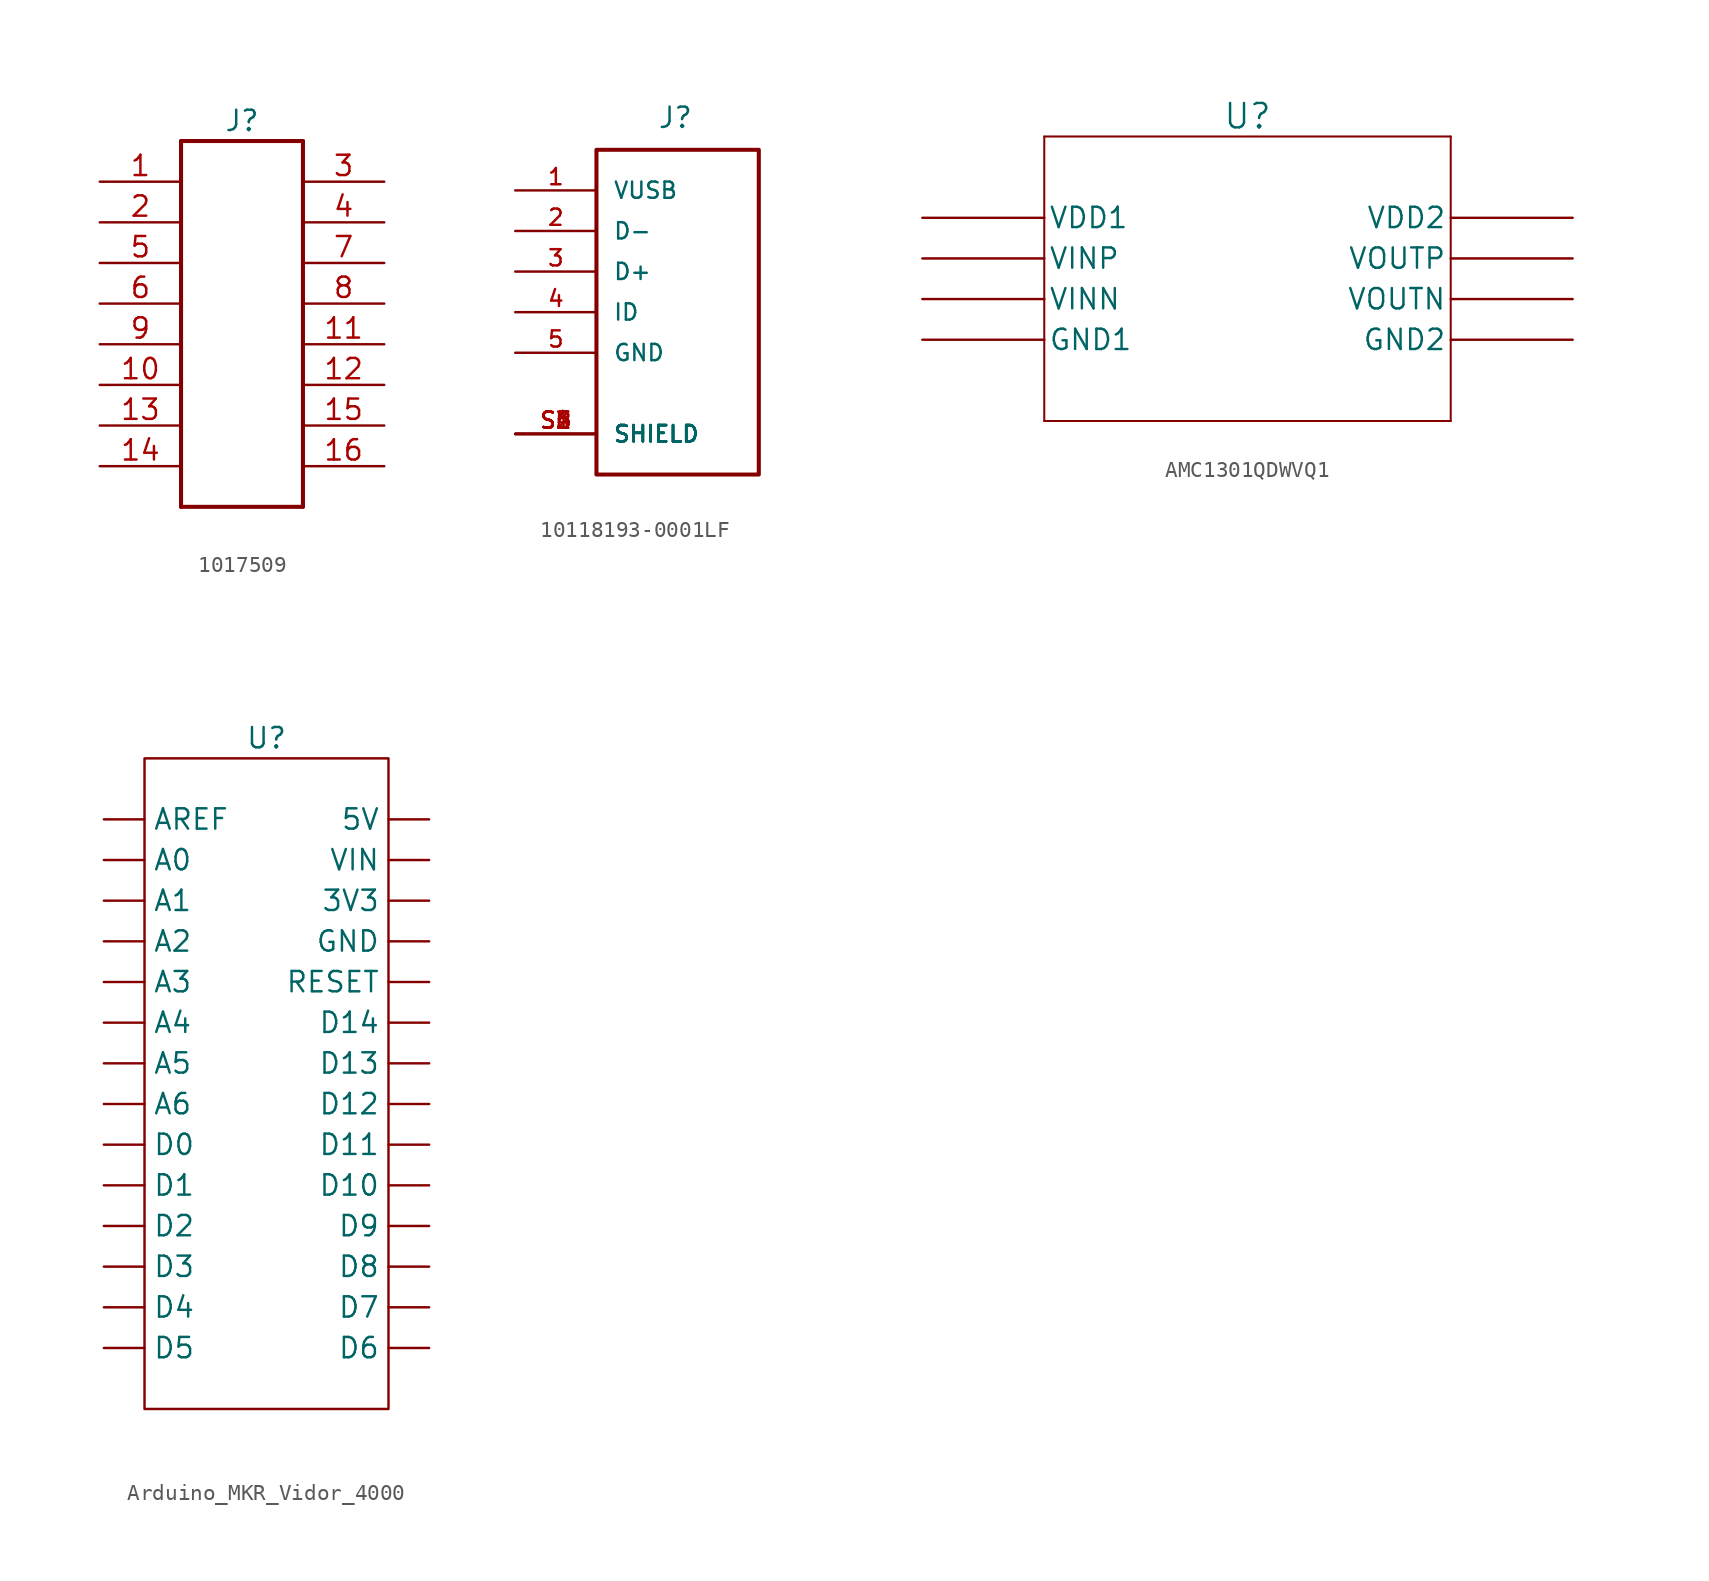
<source format=kicad_sym>
(kicad_symbol_lib
  (version 20220914)
  (generator kicad_symbol_editor)
  (symbol "1017509"
    (pin_names hide)
    (property "Reference" "J"
      (at 0 5.08 0)
      (effects (font (size 1.27 1.27))))
    (symbol "1017509_1_0"
      (polyline (pts (xy -3.81 -19.05) (xy -3.81 3.81)) (stroke (width 0.254) (type solid)) (fill (type none)))
      (polyline (pts (xy -3.81 3.81) (xy 3.81 3.81)) (stroke (width 0.254) (type solid)) (fill (type none)))
      (polyline (pts (xy 3.81 -19.05) (xy -3.81 -19.05)) (stroke (width 0.254) (type solid)) (fill (type none)))
      (polyline (pts (xy 3.81 3.81) (xy 3.81 -19.05)) (stroke (width 0.254) (type solid)) (fill (type none)))
      (pin bidirectional line (at -8.89 1.27 0) (length 5.08) (name "1" (effects (font (size 1.27 1.27)))) (number "1" (effects (font (size 1.27 1.27)))))
      (pin bidirectional line (at -8.89 -11.43 0) (length 5.08) (name "10" (effects (font (size 1.27 1.27)))) (number "10" (effects (font (size 1.27 1.27)))))
      (pin bidirectional line (at 8.89 -8.89 180) (length 5.08) (name "11" (effects (font (size 1.27 1.27)))) (number "11" (effects (font (size 1.27 1.27)))))
      (pin bidirectional line (at 8.89 -11.43 180) (length 5.08) (name "12" (effects (font (size 1.27 1.27)))) (number "12" (effects (font (size 1.27 1.27)))))
      (pin bidirectional line (at -8.89 -13.97 0) (length 5.08) (name "13" (effects (font (size 1.27 1.27)))) (number "13" (effects (font (size 1.27 1.27)))))
      (pin bidirectional line (at -8.89 -16.51 0) (length 5.08) (name "14" (effects (font (size 1.27 1.27)))) (number "14" (effects (font (size 1.27 1.27)))))
      (pin bidirectional line (at 8.89 -13.97 180) (length 5.08) (name "15" (effects (font (size 1.27 1.27)))) (number "15" (effects (font (size 1.27 1.27)))))
      (pin bidirectional line (at 8.89 -16.51 180) (length 5.08) (name "16" (effects (font (size 1.27 1.27)))) (number "16" (effects (font (size 1.27 1.27)))))
      (pin bidirectional line (at -8.89 -1.27 0) (length 5.08) (name "2" (effects (font (size 1.27 1.27)))) (number "2" (effects (font (size 1.27 1.27)))))
      (pin bidirectional line (at 8.89 1.27 180) (length 5.08) (name "3" (effects (font (size 1.27 1.27)))) (number "3" (effects (font (size 1.27 1.27)))))
      (pin bidirectional line (at 8.89 -1.27 180) (length 5.08) (name "4" (effects (font (size 1.27 1.27)))) (number "4" (effects (font (size 1.27 1.27)))))
      (pin bidirectional line (at -8.89 -3.81 0) (length 5.08) (name "5" (effects (font (size 1.27 1.27)))) (number "5" (effects (font (size 1.27 1.27)))))
      (pin bidirectional line (at -8.89 -6.35 0) (length 5.08) (name "6" (effects (font (size 1.27 1.27)))) (number "6" (effects (font (size 1.27 1.27)))))
      (pin bidirectional line (at 8.89 -3.81 180) (length 5.08) (name "7" (effects (font (size 1.27 1.27)))) (number "7" (effects (font (size 1.27 1.27)))))
      (pin bidirectional line (at 8.89 -6.35 180) (length 5.08) (name "8" (effects (font (size 1.27 1.27)))) (number "8" (effects (font (size 1.27 1.27)))))
      (pin bidirectional line (at -8.89 -8.89 0) (length 5.08) (name "9" (effects (font (size 1.27 1.27)))) (number "9" (effects (font (size 1.27 1.27)))))))
  (symbol "10118193-0001LF"
    (pin_names
      (offset 1.016))
    (property "Reference" "J"
      (at -1.27 11.43 0)
      (effects (font (size 1.27 1.27)) (justify left bottom)))
    (symbol "10118193-0001LF_0_0"
      (rectangle (start -5.08 10.16) (end 5.08 -10.16) (stroke (width 0.254) (type solid)) (fill (type none)))
      (pin passive line (at -10.16 7.62 0) (length 5.08) (name "VUSB" (effects (font (size 1.016 1.016)))) (number "1" (effects (font (size 1.016 1.016)))))
      (pin passive line (at -10.16 5.08 0) (length 5.08) (name "D-" (effects (font (size 1.016 1.016)))) (number "2" (effects (font (size 1.016 1.016)))))
      (pin passive line (at -10.16 2.54 0) (length 5.08) (name "D+" (effects (font (size 1.016 1.016)))) (number "3" (effects (font (size 1.016 1.016)))))
      (pin passive line (at -10.16 0 0) (length 5.08) (name "ID" (effects (font (size 1.016 1.016)))) (number "4" (effects (font (size 1.016 1.016)))))
      (pin passive line (at -10.16 -2.54 0) (length 5.08) (name "GND" (effects (font (size 1.016 1.016)))) (number "5" (effects (font (size 1.016 1.016)))))
      (pin passive line (at -10.16 -7.62 0) (length 5.08) (name "SHIELD" (effects (font (size 1.016 1.016)))) (number "S1" (effects (font (size 1.016 1.016)))))
      (pin passive line (at -10.16 -7.62 0) (length 5.08) (name "SHIELD" (effects (font (size 1.016 1.016)))) (number "S2" (effects (font (size 1.016 1.016)))))
      (pin passive line (at -10.16 -7.62 0) (length 5.08) (name "SHIELD" (effects (font (size 1.016 1.016)))) (number "S3" (effects (font (size 1.016 1.016)))))
      (pin passive line (at -10.16 -7.62 0) (length 5.08) (name "SHIELD" (effects (font (size 1.016 1.016)))) (number "S4" (effects (font (size 1.016 1.016)))))
      (pin passive line (at -10.16 -7.62 0) (length 5.08) (name "SHIELD" (effects (font (size 1.016 1.016)))) (number "S5" (effects (font (size 1.016 1.016)))))
      (pin passive line (at -10.16 -7.62 0) (length 5.08) (name "SHIELD" (effects (font (size 1.016 1.016)))) (number "S6" (effects (font (size 1.016 1.016)))))))
  (symbol "AMC1301QDWVQ1"
    (pin_numbers hide)
    (pin_names
      (offset 0.254))
    (property "Reference" "U"
      (at 20.32 6.35 0)
      (effects (font (size 1.524 1.524))))
    (property "Value" ""
      (at 20.32 6.35 0)
      (effects (font (size 1.524 1.524))))
    (symbol "AMC1301QDWVQ1_0_1"
      (polyline (pts (xy 7.62 -12.7) (xy 33.02 -12.7)) (stroke (width 0.127) (type default)) (fill (type none)))
      (polyline (pts (xy 7.62 5.08) (xy 7.62 -12.7)) (stroke (width 0.127) (type default)) (fill (type none)))
      (polyline (pts (xy 33.02 -12.7) (xy 33.02 5.08)) (stroke (width 0.127) (type default)) (fill (type none)))
      (polyline (pts (xy 33.02 5.08) (xy 7.62 5.08)) (stroke (width 0.127) (type default)) (fill (type none)))
      (pin power_in line (at 0 0 0) (length 7.62) (name "VDD1" (effects (font (size 1.27 1.27)))) (number "1" (effects (font (size 1.27 1.27)))))
      (pin input line (at 0 -2.54 0) (length 7.62) (name "VINP" (effects (font (size 1.27 1.27)))) (number "2" (effects (font (size 1.27 1.27)))))
      (pin input line (at 0 -5.08 0) (length 7.62) (name "VINN" (effects (font (size 1.27 1.27)))) (number "3" (effects (font (size 1.27 1.27)))))
      (pin power_out line (at 0 -7.62 0) (length 7.62) (name "GND1" (effects (font (size 1.27 1.27)))) (number "4" (effects (font (size 1.27 1.27)))))
      (pin power_out line (at 40.64 -7.62 180) (length 7.62) (name "GND2" (effects (font (size 1.27 1.27)))) (number "5" (effects (font (size 1.27 1.27)))))
      (pin output line (at 40.64 -5.08 180) (length 7.62) (name "VOUTN" (effects (font (size 1.27 1.27)))) (number "6" (effects (font (size 1.27 1.27)))))
      (pin output line (at 40.64 -2.54 180) (length 7.62) (name "VOUTP" (effects (font (size 1.27 1.27)))) (number "7" (effects (font (size 1.27 1.27)))))
      (pin power_in line (at 40.64 0 180) (length 7.62) (name "VDD2" (effects (font (size 1.27 1.27)))) (number "8" (effects (font (size 1.27 1.27)))))))
  (symbol "Arduino_MKR_Vidor_4000"
    (pin_numbers hide)
    (property "Reference" "U"
      (at 0 1.27 0)
      (effects (font (size 1.27 1.27))))
    (property "Value" ""
      (at 0 1.27 0)
      (effects (font (size 1.27 1.27))))
    (symbol "Arduino_MKR_Vidor_4000_0_1"
      (rectangle (start -7.62 0) (end 7.62 -40.64) (stroke (width 0) (type default)) (fill (type none))))
    (symbol "Arduino_MKR_Vidor_4000_1_1"
      (pin bidirectional line (at -10.16 -3.81 0) (length 2.54) (name "AREF" (effects (font (size 1.27 1.27)))) (number "1" (effects (font (size 1.27 1.27)))))
      (pin bidirectional line (at -10.16 -26.67 0) (length 2.54) (name "D1" (effects (font (size 1.27 1.27)))) (number "10" (effects (font (size 1.27 1.27)))))
      (pin bidirectional line (at -10.16 -29.21 0) (length 2.54) (name "D2" (effects (font (size 1.27 1.27)))) (number "11" (effects (font (size 1.27 1.27)))))
      (pin bidirectional line (at -10.16 -31.75 0) (length 2.54) (name "D3" (effects (font (size 1.27 1.27)))) (number "12" (effects (font (size 1.27 1.27)))))
      (pin bidirectional line (at -10.16 -34.29 0) (length 2.54) (name "D4" (effects (font (size 1.27 1.27)))) (number "13" (effects (font (size 1.27 1.27)))))
      (pin bidirectional line (at -10.16 -36.83 0) (length 2.54) (name "D5" (effects (font (size 1.27 1.27)))) (number "14" (effects (font (size 1.27 1.27)))))
      (pin bidirectional line (at 10.16 -3.81 180) (length 2.54) (name "5V" (effects (font (size 1.27 1.27)))) (number "15" (effects (font (size 1.27 1.27)))))
      (pin bidirectional line (at 10.16 -6.35 180) (length 2.54) (name "VIN" (effects (font (size 1.27 1.27)))) (number "16" (effects (font (size 1.27 1.27)))))
      (pin bidirectional line (at 10.16 -8.89 180) (length 2.54) (name "3V3" (effects (font (size 1.27 1.27)))) (number "17" (effects (font (size 1.27 1.27)))))
      (pin bidirectional line (at 10.16 -11.43 180) (length 2.54) (name "GND" (effects (font (size 1.27 1.27)))) (number "18" (effects (font (size 1.27 1.27)))))
      (pin bidirectional line (at 10.16 -13.97 180) (length 2.54) (name "RESET" (effects (font (size 1.27 1.27)))) (number "19" (effects (font (size 1.27 1.27)))))
      (pin bidirectional line (at -10.16 -6.35 0) (length 2.54) (name "A0" (effects (font (size 1.27 1.27)))) (number "2" (effects (font (size 1.27 1.27)))))
      (pin bidirectional line (at 10.16 -16.51 180) (length 2.54) (name "D14" (effects (font (size 1.27 1.27)))) (number "20" (effects (font (size 1.27 1.27)))))
      (pin bidirectional line (at 10.16 -19.05 180) (length 2.54) (name "D13" (effects (font (size 1.27 1.27)))) (number "21" (effects (font (size 1.27 1.27)))))
      (pin bidirectional line (at 10.16 -21.59 180) (length 2.54) (name "D12" (effects (font (size 1.27 1.27)))) (number "22" (effects (font (size 1.27 1.27)))))
      (pin bidirectional line (at 10.16 -24.13 180) (length 2.54) (name "D11" (effects (font (size 1.27 1.27)))) (number "23" (effects (font (size 1.27 1.27)))))
      (pin bidirectional line (at 10.16 -26.67 180) (length 2.54) (name "D10" (effects (font (size 1.27 1.27)))) (number "24" (effects (font (size 1.27 1.27)))))
      (pin bidirectional line (at 10.16 -29.21 180) (length 2.54) (name "D9" (effects (font (size 1.27 1.27)))) (number "25" (effects (font (size 1.27 1.27)))))
      (pin bidirectional line (at 10.16 -31.75 180) (length 2.54) (name "D8" (effects (font (size 1.27 1.27)))) (number "26" (effects (font (size 1.27 1.27)))))
      (pin bidirectional line (at 10.16 -34.29 180) (length 2.54) (name "D7" (effects (font (size 1.27 1.27)))) (number "27" (effects (font (size 1.27 1.27)))))
      (pin bidirectional line (at 10.16 -36.83 180) (length 2.54) (name "D6" (effects (font (size 1.27 1.27)))) (number "28" (effects (font (size 1.27 1.27)))))
      (pin bidirectional line (at -10.16 -8.89 0) (length 2.54) (name "A1" (effects (font (size 1.27 1.27)))) (number "3" (effects (font (size 1.27 1.27)))))
      (pin bidirectional line (at -10.16 -11.43 0) (length 2.54) (name "A2" (effects (font (size 1.27 1.27)))) (number "4" (effects (font (size 1.27 1.27)))))
      (pin bidirectional line (at -10.16 -13.97 0) (length 2.54) (name "A3" (effects (font (size 1.27 1.27)))) (number "5" (effects (font (size 1.27 1.27)))))
      (pin bidirectional line (at -10.16 -16.51 0) (length 2.54) (name "A4" (effects (font (size 1.27 1.27)))) (number "6" (effects (font (size 1.27 1.27)))))
      (pin bidirectional line (at -10.16 -19.05 0) (length 2.54) (name "A5" (effects (font (size 1.27 1.27)))) (number "7" (effects (font (size 1.27 1.27)))))
      (pin bidirectional line (at -10.16 -21.59 0) (length 2.54) (name "A6" (effects (font (size 1.27 1.27)))) (number "8" (effects (font (size 1.27 1.27)))))
      (pin bidirectional line (at -10.16 -24.13 0) (length 2.54) (name "D0" (effects (font (size 1.27 1.27)))) (number "9" (effects (font (size 1.27 1.27))))))))
</source>
